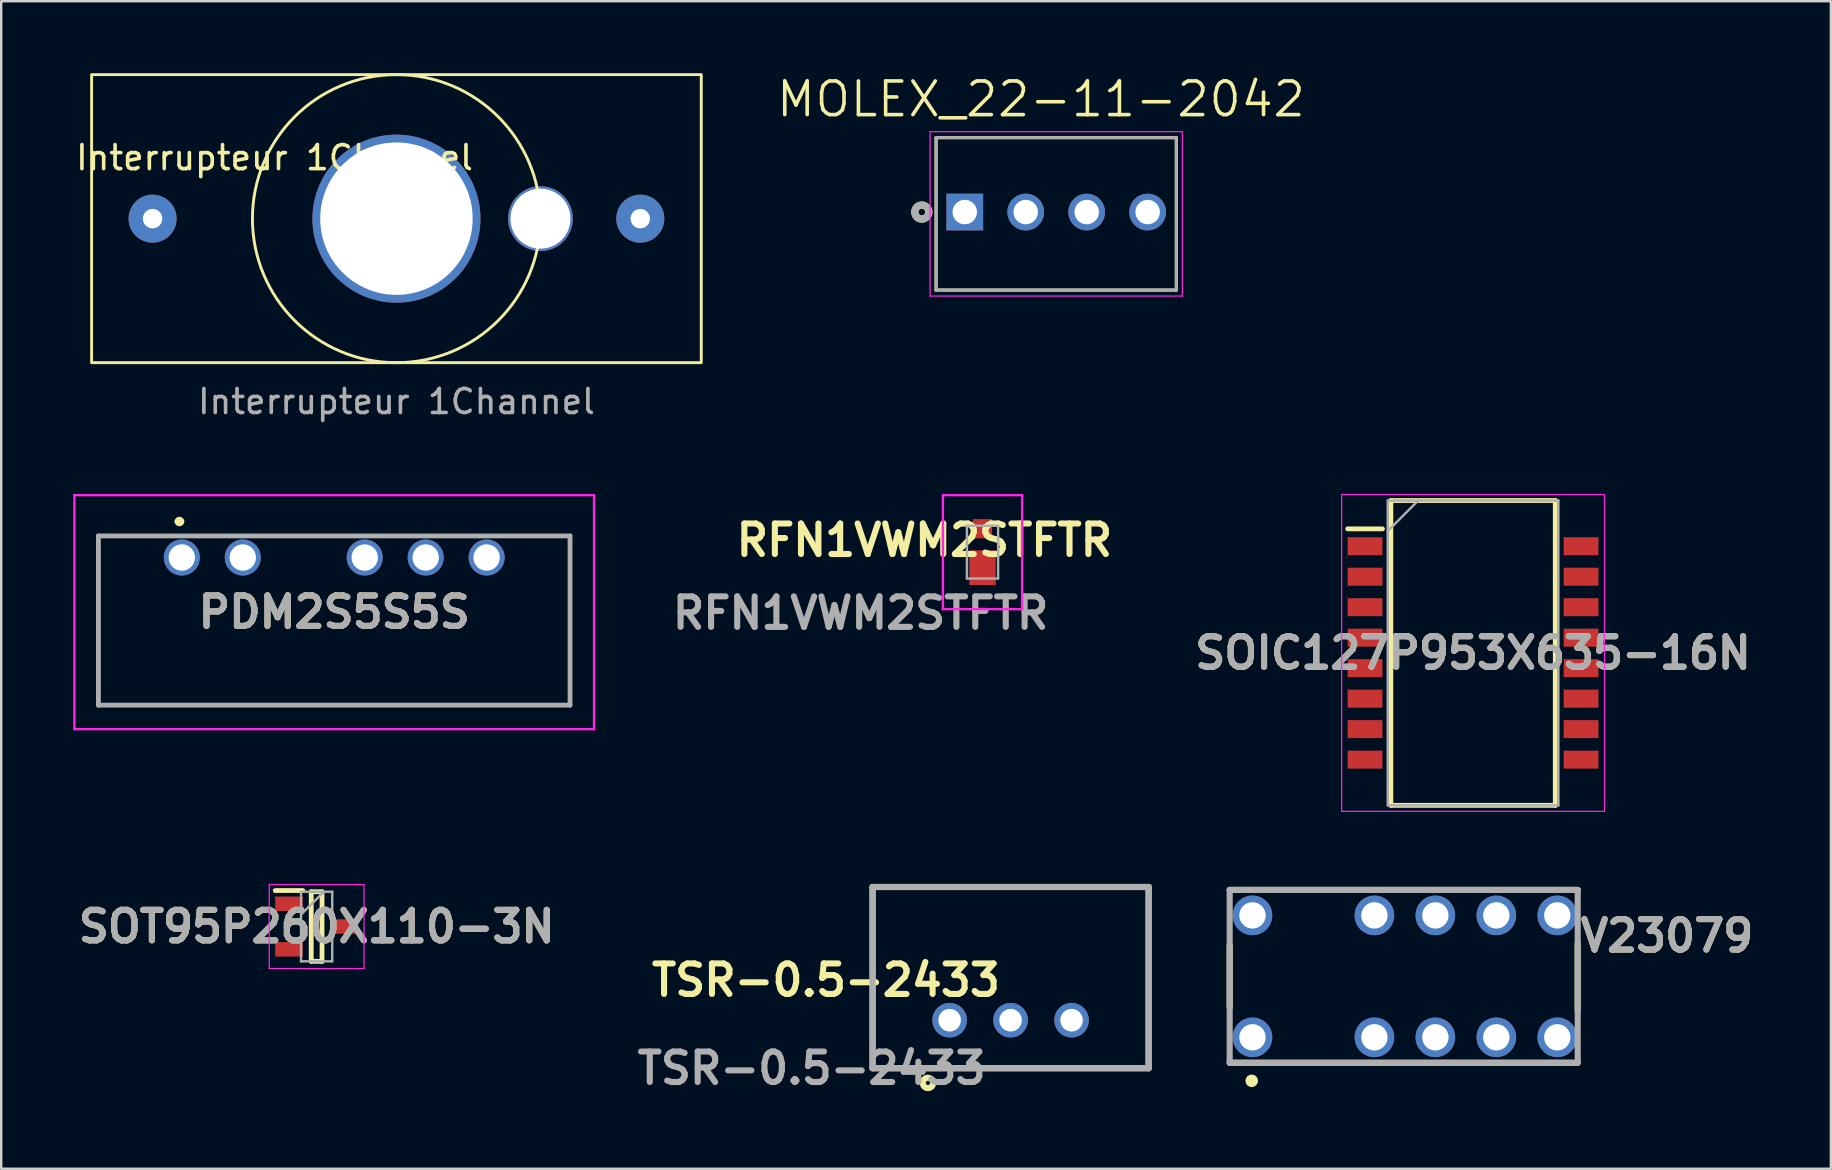
<source format=kicad_pcb>
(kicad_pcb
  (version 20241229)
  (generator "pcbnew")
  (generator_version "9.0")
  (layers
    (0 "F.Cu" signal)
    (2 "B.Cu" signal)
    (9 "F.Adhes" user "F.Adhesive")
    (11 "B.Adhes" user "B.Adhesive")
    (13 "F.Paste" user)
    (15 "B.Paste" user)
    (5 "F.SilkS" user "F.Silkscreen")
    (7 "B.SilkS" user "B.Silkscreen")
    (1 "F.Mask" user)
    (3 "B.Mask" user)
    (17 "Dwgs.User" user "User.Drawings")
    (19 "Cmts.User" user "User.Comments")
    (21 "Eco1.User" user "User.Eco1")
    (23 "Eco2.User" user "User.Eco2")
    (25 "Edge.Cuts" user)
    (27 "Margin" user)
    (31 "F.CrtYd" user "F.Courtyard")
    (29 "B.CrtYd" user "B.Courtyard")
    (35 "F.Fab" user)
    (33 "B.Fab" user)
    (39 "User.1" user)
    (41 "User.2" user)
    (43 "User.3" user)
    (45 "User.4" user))
  (footprint "V23079"
    (layer "F.Cu")
    (at 48.182 34.028)
    (property "Reference" "V23079" (at 18.226 1.909 0) (layer "F.SilkS") (effects (font (size 1.27 1.27) (thickness 0.254))))
    (attr through_hole)
    (fp_line (start 0 0) (end 14.5 0) (stroke (width 0.254) (type solid)) (layer "F.SilkS"))
    (fp_line (start 0 2.327) (end 0 4.906) (stroke (width 0.254) (type solid)) (layer "F.SilkS"))
    (fp_line (start 0 7.2) (end 14.5 7.2) (stroke (width 0.254) (type solid)) (layer "F.SilkS"))
    (fp_line (start 14.5 2.238) (end 14.5 4.995) (stroke (width 0.254) (type solid)) (layer "F.SilkS"))
    (fp_circle (center 0.919 7.952) (end 0.919 8.087) (stroke (width 0.254) (type solid)) (fill no) (layer "F.SilkS"))
    (fp_line (start 0 0) (end 14.5 0) (stroke (width 0.254) (type solid)) (layer "F.Fab"))
    (fp_line (start 0 7.2) (end 0 0) (stroke (width 0.254) (type solid)) (layer "F.Fab"))
    (fp_line (start 14.5 0) (end 14.5 7.2) (stroke (width 0.254) (type solid)) (layer "F.Fab"))
    (fp_line (start 14.5 7.2) (end 0 7.2) (stroke (width 0.254) (type solid)) (layer "F.Fab"))
    (fp_text user "${REFERENCE}" (at 18.226 1.909 0) (layer "F.Fab") (effects (font (size 1.27 1.27) (thickness 0.254))))
    (pad "1" thru_hole circle (at 0.95 6.14) (size 1.65 1.65) (drill 1.1) (layers "*.Cu" "*.Mask"))
    (pad "2" thru_hole circle (at 6.03 6.14) (size 1.65 1.65) (drill 1.1) (layers "*.Cu" "*.Mask"))
    (pad "3" thru_hole circle (at 8.57 6.14) (size 1.65 1.65) (drill 1.1) (layers "*.Cu" "*.Mask"))
    (pad "4" thru_hole circle (at 11.11 6.14) (size 1.65 1.65) (drill 1.1) (layers "*.Cu" "*.Mask"))
    (pad "5" thru_hole circle (at 13.65 6.14) (size 1.65 1.65) (drill 1.1) (layers "*.Cu" "*.Mask"))
    (pad "6" thru_hole circle (at 13.65 1.06) (size 1.65 1.65) (drill 1.1) (layers "*.Cu" "*.Mask"))
    (pad "7" thru_hole circle (at 11.11 1.06) (size 1.65 1.65) (drill 1.1) (layers "*.Cu" "*.Mask"))
    (pad "8" thru_hole circle (at 8.57 1.06) (size 1.65 1.65) (drill 1.1) (layers "*.Cu" "*.Mask"))
    (pad "9" thru_hole circle (at 6.03 1.06) (size 1.65 1.65) (drill 1.1) (layers "*.Cu" "*.Mask"))
    (pad "10" thru_hole circle (at 0.95 1.06) (size 1.65 1.65) (drill 1.1) (layers "*.Cu" "*.Mask")))
  (footprint "SOT95P260X110-3N"
    (layer "F.Cu")
    (at 10.142 35.553)
    (property "Reference" "SOT95P260X110-3N" (at 0 0 0) (layer "F.SilkS") (effects (font (size 1.27 1.27) (thickness 0.254))))
    (attr smd)
    (fp_line (start -1.725 -1.5) (end -0.575 -1.5) (stroke (width 0.2) (type solid)) (layer "F.SilkS"))
    (fp_line (start -0.225 -1.45) (end 0.225 -1.45) (stroke (width 0.2) (type solid)) (layer "F.SilkS"))
    (fp_line (start -0.225 1.45) (end -0.225 -1.45) (stroke (width 0.2) (type solid)) (layer "F.SilkS"))
    (fp_line (start 0.225 -1.45) (end 0.225 1.45) (stroke (width 0.2) (type solid)) (layer "F.SilkS"))
    (fp_line (start 0.225 1.45) (end -0.225 1.45) (stroke (width 0.2) (type solid)) (layer "F.SilkS"))
    (fp_line (start -1.975 -1.75) (end 1.975 -1.75) (stroke (width 0.05) (type solid)) (layer "F.CrtYd"))
    (fp_line (start -1.975 1.75) (end -1.975 -1.75) (stroke (width 0.05) (type solid)) (layer "F.CrtYd"))
    (fp_line (start 1.975 -1.75) (end 1.975 1.75) (stroke (width 0.05) (type solid)) (layer "F.CrtYd"))
    (fp_line (start 1.975 1.75) (end -1.975 1.75) (stroke (width 0.05) (type solid)) (layer "F.CrtYd"))
    (fp_line (start -0.65 -1.45) (end 0.65 -1.45) (stroke (width 0.1) (type solid)) (layer "F.Fab"))
    (fp_line (start -0.65 -0.5) (end 0.3 -1.45) (stroke (width 0.1) (type solid)) (layer "F.Fab"))
    (fp_line (start -0.65 1.45) (end -0.65 -1.45) (stroke (width 0.1) (type solid)) (layer "F.Fab"))
    (fp_line (start 0.65 -1.45) (end 0.65 1.45) (stroke (width 0.1) (type solid)) (layer "F.Fab"))
    (fp_line (start 0.65 1.45) (end -0.65 1.45) (stroke (width 0.1) (type solid)) (layer "F.Fab"))
    (fp_text user "${REFERENCE}" (at 0 0 0) (layer "F.Fab") (effects (font (size 1.27 1.27) (thickness 0.254))))
    (pad "1" smd rect (at -1.15 -0.95 90) (size 0.6 1.15) (layers "F.Cu" "F.Mask" "F.Paste"))
    (pad "2" smd rect (at -1.15 0.95 90) (size 0.6 1.15) (layers "F.Cu" "F.Mask" "F.Paste"))
    (pad "3" smd rect (at 1.15 0 90) (size 0.6 1.15) (layers "F.Cu" "F.Mask" "F.Paste")))
  (footprint "PDM2S5S5S"
    (layer "F.Cu")
    (at 4.525 20.178)
    (property "Reference" "PDM2S5S5S" (at 6.35 2.275 0) (layer "F.SilkS") (effects (font (size 1.27 1.27) (thickness 0.254))))
    (attr through_hole)
    (fp_line (start -3.475 -0.9) (end -3.475 6.15) (stroke (width 0.1) (type solid)) (layer "F.SilkS"))
    (fp_line (start -3.475 6.15) (end 16.175 6.15) (stroke (width 0.1) (type solid)) (layer "F.SilkS"))
    (fp_line (start -0.2 -1.5) (end -0.2 -1.5) (stroke (width 0.2) (type solid)) (layer "F.SilkS"))
    (fp_line (start 0 -1.5) (end 0 -1.5) (stroke (width 0.2) (type solid)) (layer "F.SilkS"))
    (fp_line (start 16.175 6.15) (end 16.175 -0.9) (stroke (width 0.1) (type solid)) (layer "F.SilkS"))
    (fp_arc (start -0.2 -1.5) (mid -0.1 -1.6) (end 0 -1.5) (stroke (width 0.2) (type solid)) (layer "F.SilkS"))
    (fp_arc (start 0 -1.5) (mid -0.1 -1.4) (end -0.2 -1.5) (stroke (width 0.2) (type solid)) (layer "F.SilkS"))
    (fp_line (start -4.475 -2.6) (end 17.175 -2.6) (stroke (width 0.1) (type solid)) (layer "F.CrtYd"))
    (fp_line (start -4.475 7.15) (end -4.475 -2.6) (stroke (width 0.1) (type solid)) (layer "F.CrtYd"))
    (fp_line (start 17.175 -2.6) (end 17.175 7.15) (stroke (width 0.1) (type solid)) (layer "F.CrtYd"))
    (fp_line (start 17.175 7.15) (end -4.475 7.15) (stroke (width 0.1) (type solid)) (layer "F.CrtYd"))
    (fp_line (start -3.475 -0.9) (end 16.175 -0.9) (stroke (width 0.2) (type solid)) (layer "F.Fab"))
    (fp_line (start -3.475 6.15) (end -3.475 -0.9) (stroke (width 0.2) (type solid)) (layer "F.Fab"))
    (fp_line (start 16.175 -0.9) (end 16.175 6.15) (stroke (width 0.2) (type solid)) (layer "F.Fab"))
    (fp_line (start 16.175 6.15) (end -3.475 6.15) (stroke (width 0.2) (type solid)) (layer "F.Fab"))
    (fp_text user "${REFERENCE}" (at 6.35 2.275 0) (layer "F.Fab") (effects (font (size 1.27 1.27) (thickness 0.254))))
    (pad "1" thru_hole circle (at 0 0) (size 1.5 1.5) (drill 1.1) (layers "*.Cu" "*.Mask"))
    (pad "2" thru_hole circle (at 2.54 0) (size 1.5 1.5) (drill 1.1) (layers "*.Cu" "*.Mask"))
    (pad "4" thru_hole circle (at 7.62 0) (size 1.5 1.5) (drill 1.1) (layers "*.Cu" "*.Mask"))
    (pad "5" thru_hole circle (at 10.16 0) (size 1.5 1.5) (drill 1.1) (layers "*.Cu" "*.Mask"))
    (pad "6" thru_hole circle (at 12.7 0) (size 1.5 1.5) (drill 1.1) (layers "*.Cu" "*.Mask")))
  (footprint "RFN1VWM2STFTR"
    (layer "F.Cu")
    (at 37.885 19.953)
    (property "Reference" "RFN1VWM2STFTR" (at -2.423 -0.496 0) (layer "F.SilkS") (effects (font (size 1.27 1.27) (thickness 0.254))))
    (attr smd)
    (fp_line (start 0 1.8) (end 0 1.8) (stroke (width 0.1) (type solid)) (layer "F.SilkS"))
    (fp_line (start 0 1.9) (end 0 1.9) (stroke (width 0.1) (type solid)) (layer "F.SilkS"))
    (fp_arc (start 0 1.8) (mid 0.05 1.85) (end 0 1.9) (stroke (width 0.1) (type solid)) (layer "F.SilkS"))
    (fp_arc (start 0 1.9) (mid -0.05 1.85) (end 0 1.8) (stroke (width 0.1) (type solid)) (layer "F.SilkS"))
    (fp_line (start -1.65 -2.375) (end 1.65 -2.375) (stroke (width 0.1) (type solid)) (layer "F.CrtYd"))
    (fp_line (start -1.65 2.375) (end -1.65 -2.375) (stroke (width 0.1) (type solid)) (layer "F.CrtYd"))
    (fp_line (start 1.65 -2.375) (end 1.65 2.375) (stroke (width 0.1) (type solid)) (layer "F.CrtYd"))
    (fp_line (start 1.65 2.375) (end -1.65 2.375) (stroke (width 0.1) (type solid)) (layer "F.CrtYd"))
    (fp_line (start -0.65 -1.1) (end 0.65 -1.1) (stroke (width 0.1) (type solid)) (layer "F.Fab"))
    (fp_line (start -0.65 1.1) (end -0.65 -1.1) (stroke (width 0.1) (type solid)) (layer "F.Fab"))
    (fp_line (start 0.65 -1.1) (end 0.65 1.1) (stroke (width 0.1) (type solid)) (layer "F.Fab"))
    (fp_line (start 0.65 1.1) (end -0.65 1.1) (stroke (width 0.1) (type solid)) (layer "F.Fab"))
    (fp_text user "${REFERENCE}" (at -5.08 2.54 0) (layer "F.Fab") (effects (font (size 1.27 1.27) (thickness 0.254))))
    (pad "1" smd rect (at 0 0.65) (size 1.1 1.45) (layers "F.Cu" "F.Mask" "F.Paste"))
    (pad "2" smd rect (at 0 -0.975) (size 0.8 0.8) (layers "F.Cu" "F.Mask" "F.Paste")))
  (footprint "MOLEX_22-11-2042"
    (layer "F.Cu")
    (at 40.955 5.785)
    (property "Reference" "MOLEX_22-11-2042" (at -0.635 -4.702 0) (layer "F.SilkS") (effects (font (size 1.401 1.401) (thickness 0.15))))
    (attr through_hole)
    (fp_line (start -5.005 -3.1) (end 5.005 -3.1) (stroke (width 0.127) (type solid)) (layer "F.SilkS"))
    (fp_line (start -5.005 3.25) (end -5.005 -3.1) (stroke (width 0.127) (type solid)) (layer "F.SilkS"))
    (fp_line (start 5.005 -3.1) (end 5.005 3.25) (stroke (width 0.127) (type solid)) (layer "F.SilkS"))
    (fp_line (start 5.005 3.25) (end -5.005 3.25) (stroke (width 0.127) (type solid)) (layer "F.SilkS"))
    (fp_circle (center -5.6 0) (end -5.459 0) (stroke (width 0.3) (type solid)) (fill no) (layer "F.SilkS"))
    (fp_line (start -5.255 -3.35) (end 5.255 -3.35) (stroke (width 0.05) (type solid)) (layer "F.CrtYd"))
    (fp_line (start -5.255 3.5) (end -5.255 -3.35) (stroke (width 0.05) (type solid)) (layer "F.CrtYd"))
    (fp_line (start 5.255 -3.35) (end 5.255 3.5) (stroke (width 0.05) (type solid)) (layer "F.CrtYd"))
    (fp_line (start 5.255 3.5) (end -5.255 3.5) (stroke (width 0.05) (type solid)) (layer "F.CrtYd"))
    (fp_line (start -5.005 -3.1) (end 5.005 -3.1) (stroke (width 0.127) (type solid)) (layer "F.Fab"))
    (fp_line (start -5.005 3.25) (end -5.005 -3.1) (stroke (width 0.127) (type solid)) (layer "F.Fab"))
    (fp_line (start 5.005 -3.1) (end 5.005 3.25) (stroke (width 0.127) (type solid)) (layer "F.Fab"))
    (fp_line (start 5.005 3.25) (end -5.005 3.25) (stroke (width 0.127) (type solid)) (layer "F.Fab"))
    (fp_circle (center -5.6 0) (end -5.459 0) (stroke (width 0.3) (type solid)) (fill no) (layer "F.Fab"))
    (pad "1" thru_hole rect (at -3.81 0) (size 1.53 1.53) (drill 1.02) (layers "*.Cu" "*.Mask"))
    (pad "2" thru_hole circle (at -1.27 0) (size 1.53 1.53) (drill 1.02) (layers "*.Cu" "*.Mask"))
    (pad "3" thru_hole circle (at 1.27 0) (size 1.53 1.53) (drill 1.02) (layers "*.Cu" "*.Mask"))
    (pad "4" thru_hole circle (at 3.81 0) (size 1.53 1.53) (drill 1.02) (layers "*.Cu" "*.Mask")))
  (footprint "SOIC127P953X635-16N"
    (layer "F.Cu")
    (at 58.323 24.153)
    (property "Reference" "SOIC127P953X635-16N" (at 0 0 0) (layer "F.SilkS") (effects (font (size 1.27 1.27) (thickness 0.254))))
    (attr smd)
    (fp_line (start -5.225 -5.17) (end -3.775 -5.17) (stroke (width 0.2) (type solid)) (layer "F.SilkS"))
    (fp_line (start -3.425 -6.35) (end 3.425 -6.35) (stroke (width 0.2) (type solid)) (layer "F.SilkS"))
    (fp_line (start -3.425 6.35) (end -3.425 -6.35) (stroke (width 0.2) (type solid)) (layer "F.SilkS"))
    (fp_line (start 3.425 -6.35) (end 3.425 6.35) (stroke (width 0.2) (type solid)) (layer "F.SilkS"))
    (fp_line (start 3.425 6.35) (end -3.425 6.35) (stroke (width 0.2) (type solid)) (layer "F.SilkS"))
    (fp_line (start -5.475 -6.6) (end 5.475 -6.6) (stroke (width 0.05) (type solid)) (layer "F.CrtYd"))
    (fp_line (start -5.475 6.6) (end -5.475 -6.6) (stroke (width 0.05) (type solid)) (layer "F.CrtYd"))
    (fp_line (start 5.475 -6.6) (end 5.475 6.6) (stroke (width 0.05) (type solid)) (layer "F.CrtYd"))
    (fp_line (start 5.475 6.6) (end -5.475 6.6) (stroke (width 0.05) (type solid)) (layer "F.CrtYd"))
    (fp_line (start -3.555 -6.35) (end 3.555 -6.35) (stroke (width 0.1) (type solid)) (layer "F.Fab"))
    (fp_line (start -3.555 -5.08) (end -2.285 -6.35) (stroke (width 0.1) (type solid)) (layer "F.Fab"))
    (fp_line (start -3.555 6.35) (end -3.555 -6.35) (stroke (width 0.1) (type solid)) (layer "F.Fab"))
    (fp_line (start 3.555 -6.35) (end 3.555 6.35) (stroke (width 0.1) (type solid)) (layer "F.Fab"))
    (fp_line (start 3.555 6.35) (end -3.555 6.35) (stroke (width 0.1) (type solid)) (layer "F.Fab"))
    (fp_text user "${REFERENCE}" (at 0 0 0) (layer "F.Fab") (effects (font (size 1.27 1.27) (thickness 0.254))))
    (pad "1" smd rect (at -4.5 -4.445 90) (size 0.75 1.45) (layers "F.Cu" "F.Mask" "F.Paste"))
    (pad "2" smd rect (at -4.5 -3.175 90) (size 0.75 1.45) (layers "F.Cu" "F.Mask" "F.Paste"))
    (pad "3" smd rect (at -4.5 -1.905 90) (size 0.75 1.45) (layers "F.Cu" "F.Mask" "F.Paste"))
    (pad "4" smd rect (at -4.5 -0.635 90) (size 0.75 1.45) (layers "F.Cu" "F.Mask" "F.Paste"))
    (pad "5" smd rect (at -4.5 0.635 90) (size 0.75 1.45) (layers "F.Cu" "F.Mask" "F.Paste"))
    (pad "6" smd rect (at -4.5 1.905 90) (size 0.75 1.45) (layers "F.Cu" "F.Mask" "F.Paste"))
    (pad "7" smd rect (at -4.5 3.175 90) (size 0.75 1.45) (layers "F.Cu" "F.Mask" "F.Paste"))
    (pad "8" smd rect (at -4.5 4.445 90) (size 0.75 1.45) (layers "F.Cu" "F.Mask" "F.Paste"))
    (pad "9" smd rect (at 4.5 4.445 90) (size 0.75 1.45) (layers "F.Cu" "F.Mask" "F.Paste"))
    (pad "10" smd rect (at 4.5 3.175 90) (size 0.75 1.45) (layers "F.Cu" "F.Mask" "F.Paste"))
    (pad "11" smd rect (at 4.5 1.905 90) (size 0.75 1.45) (layers "F.Cu" "F.Mask" "F.Paste"))
    (pad "12" smd rect (at 4.5 0.635 90) (size 0.75 1.45) (layers "F.Cu" "F.Mask" "F.Paste"))
    (pad "13" smd rect (at 4.5 -0.635 90) (size 0.75 1.45) (layers "F.Cu" "F.Mask" "F.Paste"))
    (pad "14" smd rect (at 4.5 -1.905 90) (size 0.75 1.45) (layers "F.Cu" "F.Mask" "F.Paste"))
    (pad "15" smd rect (at 4.5 -3.175 90) (size 0.75 1.45) (layers "F.Cu" "F.Mask" "F.Paste"))
    (pad "16" smd rect (at 4.5 -4.445 90) (size 0.75 1.45) (layers "F.Cu" "F.Mask" "F.Paste")))
  (footprint "Interrupteur 1Channel"
    (layer "F.Cu")
    (at 13.467 6.06)
    (property "Reference" "Interrupteur 1Channel" (at -5.08 -2.54 0) (unlocked yes) (layer "F.SilkS") (effects (font (size 1 1) (thickness 0.15))))
    (attr through_hole)
    (fp_rect (start 12.7 6) (end -12.7 -6) (stroke (width 0.12) (type solid)) (fill no) (layer "F.SilkS"))
    (fp_circle (center 0 0) (end 6 0) (stroke (width 0.12) (type solid)) (fill no) (layer "F.SilkS"))
    (fp_text user "${REFERENCE}" (at 0 7.62 0) (unlocked yes) (layer "F.Fab") (effects (font (size 1 1) (thickness 0.15))))
    (pad "" np_thru_hole circle (at 0 0) (size 7 7) (drill 6.35) (layers "*.Cu" "*.Mask"))
    (pad "" np_thru_hole circle (at 6 0) (size 2.7 2.7) (drill 2.5) (layers "*.Cu" "*.Mask"))
    (pad "2" thru_hole circle (at 10.16 0) (size 2 2) (drill 0.81) (layers "*.Cu" "*.Mask"))
    (pad "3" thru_hole circle (at -10.16 0) (size 2 2) (drill 0.81) (layers "*.Cu" "*.Mask")))
  (footprint "TSR-0.5-2433"
    (layer "F.Cu")
    (at 33.305 41.455)
    (property "Reference" "TSR-0.5-2433" (at -1.945 -3.669 0) (layer "F.SilkS") (effects (font (size 1.27 1.27) (thickness 0.254))))
    (attr through_hole)
    (fp_line (start 0 -7.55) (end 0 0) (stroke (width 0.254) (type solid)) (layer "F.SilkS"))
    (fp_line (start 0 0) (end 11.5 0) (stroke (width 0.254) (type solid)) (layer "F.SilkS"))
    (fp_line (start 11.5 -7.55) (end 0 -7.55) (stroke (width 0.254) (type solid)) (layer "F.SilkS"))
    (fp_line (start 11.5 0) (end 11.5 -7.55) (stroke (width 0.254) (type solid)) (layer "F.SilkS"))
    (fp_circle (center 2.306 0.613) (end 2.306 0.702) (stroke (width 0.254) (type solid)) (fill no) (layer "F.SilkS"))
    (fp_line (start 0 -7.55) (end 11.5 -7.55) (stroke (width 0.254) (type solid)) (layer "F.Fab"))
    (fp_line (start 0 0) (end 0 -7.55) (stroke (width 0.254) (type solid)) (layer "F.Fab"))
    (fp_line (start 11.5 -7.55) (end 11.5 0) (stroke (width 0.254) (type solid)) (layer "F.Fab"))
    (fp_line (start 11.5 0) (end 0 0) (stroke (width 0.254) (type solid)) (layer "F.Fab"))
    (fp_text user "${REFERENCE}" (at -2.54 0 0) (layer "F.Fab") (effects (font (size 1.27 1.27) (thickness 0.254))))
    (pad "1" thru_hole circle (at 3.21 -2) (size 1.44 1.44) (drill 0.94) (layers "*.Cu" "*.Mask"))
    (pad "2" thru_hole circle (at 5.75 -2) (size 1.44 1.44) (drill 0.94) (layers "*.Cu" "*.Mask"))
    (pad "3" thru_hole circle (at 8.29 -2) (size 1.44 1.44) (drill 0.94) (layers "*.Cu" "*.Mask")))
  (gr_rect
    (start -3 -3)
    (end 73.23 45.644)
    (stroke (width 0.1) (type default))
    (fill no)
    (layer "Edge.Cuts")))
</source>
